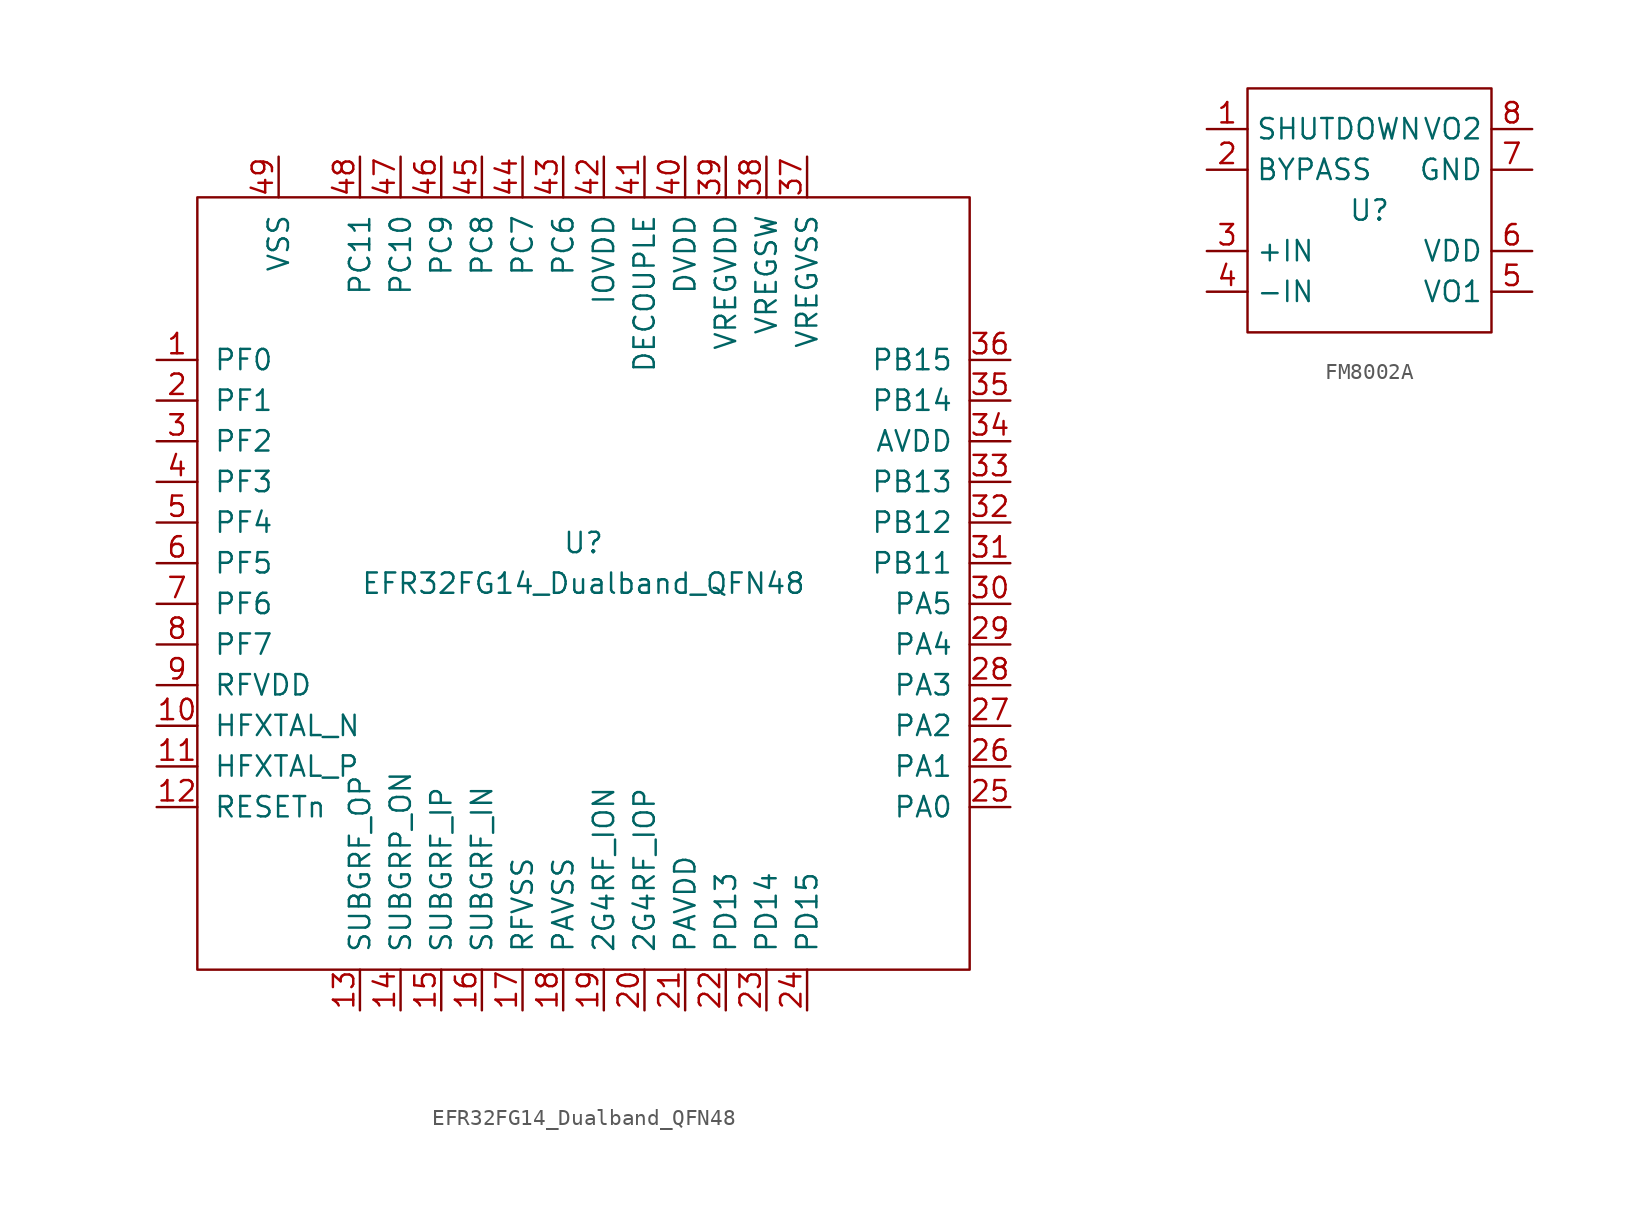
<source format=kicad_sym>
(kicad_symbol_lib
  (version 20220914)
  (generator kicad_symbol_editor)
  (symbol "EFR32FG14_Dualband_QFN48"
    (pin_names
      (offset 1.016))
    (property "Reference" "U"
      (at 0 2.54 0)
      (effects (font (size 1.27 1.27))))
    (property "Value" "EFR32FG14_Dualband_QFN48"
      (at 0 0 0)
      (effects (font (size 1.27 1.27))))
    (symbol "EFR32FG14_Dualband_QFN48_0_1"
      (rectangle (start -24.13 24.13) (end 24.13 -24.13) (stroke (width 0) (type solid)) (fill (type none))))
    (symbol "EFR32FG14_Dualband_QFN48_1_1"
      (pin bidirectional line (at -26.67 13.97 0) (length 2.54) (name "PF0" (effects (font (size 1.27 1.27)))) (number "1" (effects (font (size 1.27 1.27)))))
      (pin passive line (at -26.67 -8.89 0) (length 2.54) (name "HFXTAL_N" (effects (font (size 1.27 1.27)))) (number "10" (effects (font (size 1.27 1.27)))))
      (pin passive line (at -26.67 -11.43 0) (length 2.54) (name "HFXTAL_P" (effects (font (size 1.27 1.27)))) (number "11" (effects (font (size 1.27 1.27)))))
      (pin passive line (at -26.67 -13.97 0) (length 2.54) (name "RESETn" (effects (font (size 1.27 1.27)))) (number "12" (effects (font (size 1.27 1.27)))))
      (pin output line (at -13.97 -26.67 90) (length 2.54) (name "SUBGRF_OP" (effects (font (size 1.27 1.27)))) (number "13" (effects (font (size 1.27 1.27)))))
      (pin output line (at -11.43 -26.67 90) (length 2.54) (name "SUBGRP_ON" (effects (font (size 1.27 1.27)))) (number "14" (effects (font (size 1.27 1.27)))))
      (pin input line (at -8.89 -26.67 90) (length 2.54) (name "SUBGRF_IP" (effects (font (size 1.27 1.27)))) (number "15" (effects (font (size 1.27 1.27)))))
      (pin input line (at -6.35 -26.67 90) (length 2.54) (name "SUBGRF_IN" (effects (font (size 1.27 1.27)))) (number "16" (effects (font (size 1.27 1.27)))))
      (pin power_in line (at -3.81 -26.67 90) (length 2.54) (name "RFVSS" (effects (font (size 1.27 1.27)))) (number "17" (effects (font (size 1.27 1.27)))))
      (pin power_in line (at -1.27 -26.67 90) (length 2.54) (name "PAVSS" (effects (font (size 1.27 1.27)))) (number "18" (effects (font (size 1.27 1.27)))))
      (pin power_in line (at 1.27 -26.67 90) (length 2.54) (name "2G4RF_ION" (effects (font (size 1.27 1.27)))) (number "19" (effects (font (size 1.27 1.27)))))
      (pin bidirectional line (at -26.67 11.43 0) (length 2.54) (name "PF1" (effects (font (size 1.27 1.27)))) (number "2" (effects (font (size 1.27 1.27)))))
      (pin bidirectional line (at 3.81 -26.67 90) (length 2.54) (name "2G4RF_IOP" (effects (font (size 1.27 1.27)))) (number "20" (effects (font (size 1.27 1.27)))))
      (pin power_in line (at 6.35 -26.67 90) (length 2.54) (name "PAVDD" (effects (font (size 1.27 1.27)))) (number "21" (effects (font (size 1.27 1.27)))))
      (pin bidirectional line (at 8.89 -26.67 90) (length 2.54) (name "PD13" (effects (font (size 1.27 1.27)))) (number "22" (effects (font (size 1.27 1.27)))))
      (pin bidirectional line (at 11.43 -26.67 90) (length 2.54) (name "PD14" (effects (font (size 1.27 1.27)))) (number "23" (effects (font (size 1.27 1.27)))))
      (pin bidirectional line (at 13.97 -26.67 90) (length 2.54) (name "PD15" (effects (font (size 1.27 1.27)))) (number "24" (effects (font (size 1.27 1.27)))))
      (pin bidirectional line (at 26.67 -13.97 180) (length 2.54) (name "PA0" (effects (font (size 1.27 1.27)))) (number "25" (effects (font (size 1.27 1.27)))))
      (pin bidirectional line (at 26.67 -11.43 180) (length 2.54) (name "PA1" (effects (font (size 1.27 1.27)))) (number "26" (effects (font (size 1.27 1.27)))))
      (pin bidirectional line (at 26.67 -8.89 180) (length 2.54) (name "PA2" (effects (font (size 1.27 1.27)))) (number "27" (effects (font (size 1.27 1.27)))))
      (pin bidirectional line (at 26.67 -6.35 180) (length 2.54) (name "PA3" (effects (font (size 1.27 1.27)))) (number "28" (effects (font (size 1.27 1.27)))))
      (pin bidirectional line (at 26.67 -3.81 180) (length 2.54) (name "PA4" (effects (font (size 1.27 1.27)))) (number "29" (effects (font (size 1.27 1.27)))))
      (pin bidirectional line (at -26.67 8.89 0) (length 2.54) (name "PF2" (effects (font (size 1.27 1.27)))) (number "3" (effects (font (size 1.27 1.27)))))
      (pin bidirectional line (at 26.67 -1.27 180) (length 2.54) (name "PA5" (effects (font (size 1.27 1.27)))) (number "30" (effects (font (size 1.27 1.27)))))
      (pin bidirectional line (at 26.67 1.27 180) (length 2.54) (name "PB11" (effects (font (size 1.27 1.27)))) (number "31" (effects (font (size 1.27 1.27)))))
      (pin bidirectional line (at 26.67 3.81 180) (length 2.54) (name "PB12" (effects (font (size 1.27 1.27)))) (number "32" (effects (font (size 1.27 1.27)))))
      (pin bidirectional line (at 26.67 6.35 180) (length 2.54) (name "PB13" (effects (font (size 1.27 1.27)))) (number "33" (effects (font (size 1.27 1.27)))))
      (pin power_in line (at 26.67 8.89 180) (length 2.54) (name "AVDD" (effects (font (size 1.27 1.27)))) (number "34" (effects (font (size 1.27 1.27)))))
      (pin bidirectional line (at 26.67 11.43 180) (length 2.54) (name "PB14" (effects (font (size 1.27 1.27)))) (number "35" (effects (font (size 1.27 1.27)))))
      (pin bidirectional line (at 26.67 13.97 180) (length 2.54) (name "PB15" (effects (font (size 1.27 1.27)))) (number "36" (effects (font (size 1.27 1.27)))))
      (pin power_in line (at 13.97 26.67 270) (length 2.54) (name "VREGVSS" (effects (font (size 1.27 1.27)))) (number "37" (effects (font (size 1.27 1.27)))))
      (pin output line (at 11.43 26.67 270) (length 2.54) (name "VREGSW" (effects (font (size 1.27 1.27)))) (number "38" (effects (font (size 1.27 1.27)))))
      (pin power_in line (at 8.89 26.67 270) (length 2.54) (name "VREGVDD" (effects (font (size 1.27 1.27)))) (number "39" (effects (font (size 1.27 1.27)))))
      (pin bidirectional line (at -26.67 6.35 0) (length 2.54) (name "PF3" (effects (font (size 1.27 1.27)))) (number "4" (effects (font (size 1.27 1.27)))))
      (pin power_in line (at 6.35 26.67 270) (length 2.54) (name "DVDD" (effects (font (size 1.27 1.27)))) (number "40" (effects (font (size 1.27 1.27)))))
      (pin passive line (at 3.81 26.67 270) (length 2.54) (name "DECOUPLE" (effects (font (size 1.27 1.27)))) (number "41" (effects (font (size 1.27 1.27)))))
      (pin power_in line (at 1.27 26.67 270) (length 2.54) (name "IOVDD" (effects (font (size 1.27 1.27)))) (number "42" (effects (font (size 1.27 1.27)))))
      (pin bidirectional line (at -1.27 26.67 270) (length 2.54) (name "PC6" (effects (font (size 1.27 1.27)))) (number "43" (effects (font (size 1.27 1.27)))))
      (pin bidirectional line (at -3.81 26.67 270) (length 2.54) (name "PC7" (effects (font (size 1.27 1.27)))) (number "44" (effects (font (size 1.27 1.27)))))
      (pin bidirectional line (at -6.35 26.67 270) (length 2.54) (name "PC8" (effects (font (size 1.27 1.27)))) (number "45" (effects (font (size 1.27 1.27)))))
      (pin bidirectional line (at -8.89 26.67 270) (length 2.54) (name "PC9" (effects (font (size 1.27 1.27)))) (number "46" (effects (font (size 1.27 1.27)))))
      (pin bidirectional line (at -11.43 26.67 270) (length 2.54) (name "PC10" (effects (font (size 1.27 1.27)))) (number "47" (effects (font (size 1.27 1.27)))))
      (pin bidirectional line (at -13.97 26.67 270) (length 2.54) (name "PC11" (effects (font (size 1.27 1.27)))) (number "48" (effects (font (size 1.27 1.27)))))
      (pin power_in line (at -19.05 26.67 270) (length 2.54) (name "VSS" (effects (font (size 1.27 1.27)))) (number "49" (effects (font (size 1.27 1.27)))))
      (pin bidirectional line (at -26.67 3.81 0) (length 2.54) (name "PF4" (effects (font (size 1.27 1.27)))) (number "5" (effects (font (size 1.27 1.27)))))
      (pin bidirectional line (at -26.67 1.27 0) (length 2.54) (name "PF5" (effects (font (size 1.27 1.27)))) (number "6" (effects (font (size 1.27 1.27)))))
      (pin bidirectional line (at -26.67 -1.27 0) (length 2.54) (name "PF6" (effects (font (size 1.27 1.27)))) (number "7" (effects (font (size 1.27 1.27)))))
      (pin bidirectional line (at -26.67 -3.81 0) (length 2.54) (name "PF7" (effects (font (size 1.27 1.27)))) (number "8" (effects (font (size 1.27 1.27)))))
      (pin power_in line (at -26.67 -6.35 0) (length 2.54) (name "RFVDD" (effects (font (size 1.27 1.27)))) (number "9" (effects (font (size 1.27 1.27)))))))
  (symbol "FM8002A"
    (property "Reference" "U"
      (at 0 0 0)
      (effects (font (size 1.27 1.27))))
    (property "Value" ""
      (at 0 0 0)
      (effects (font (size 1.27 1.27))))
    (symbol "FM8002A_0_1"
      (rectangle (start -7.62 7.62) (end 7.62 -7.62) (stroke (width 0) (type default)) (fill (type none))))
    (symbol "FM8002A_1_1"
      (pin input line (at -10.16 5.08 0) (length 2.54) (name "SHUTDOWN" (effects (font (size 1.27 1.27)))) (number "1" (effects (font (size 1.27 1.27)))))
      (pin passive line (at -10.16 2.54 0) (length 2.54) (name "BYPASS" (effects (font (size 1.27 1.27)))) (number "2" (effects (font (size 1.27 1.27)))))
      (pin input line (at -10.16 -2.54 0) (length 2.54) (name "+IN" (effects (font (size 1.27 1.27)))) (number "3" (effects (font (size 1.27 1.27)))))
      (pin input line (at -10.16 -5.08 0) (length 2.54) (name "-IN" (effects (font (size 1.27 1.27)))) (number "4" (effects (font (size 1.27 1.27)))))
      (pin output line (at 10.16 -5.08 180) (length 2.54) (name "VO1" (effects (font (size 1.27 1.27)))) (number "5" (effects (font (size 1.27 1.27)))))
      (pin power_in line (at 10.16 -2.54 180) (length 2.54) (name "VDD" (effects (font (size 1.27 1.27)))) (number "6" (effects (font (size 1.27 1.27)))))
      (pin power_in line (at 10.16 2.54 180) (length 2.54) (name "GND" (effects (font (size 1.27 1.27)))) (number "7" (effects (font (size 1.27 1.27)))))
      (pin output line (at 10.16 5.08 180) (length 2.54) (name "VO2" (effects (font (size 1.27 1.27)))) (number "8" (effects (font (size 1.27 1.27))))))))
</source>
